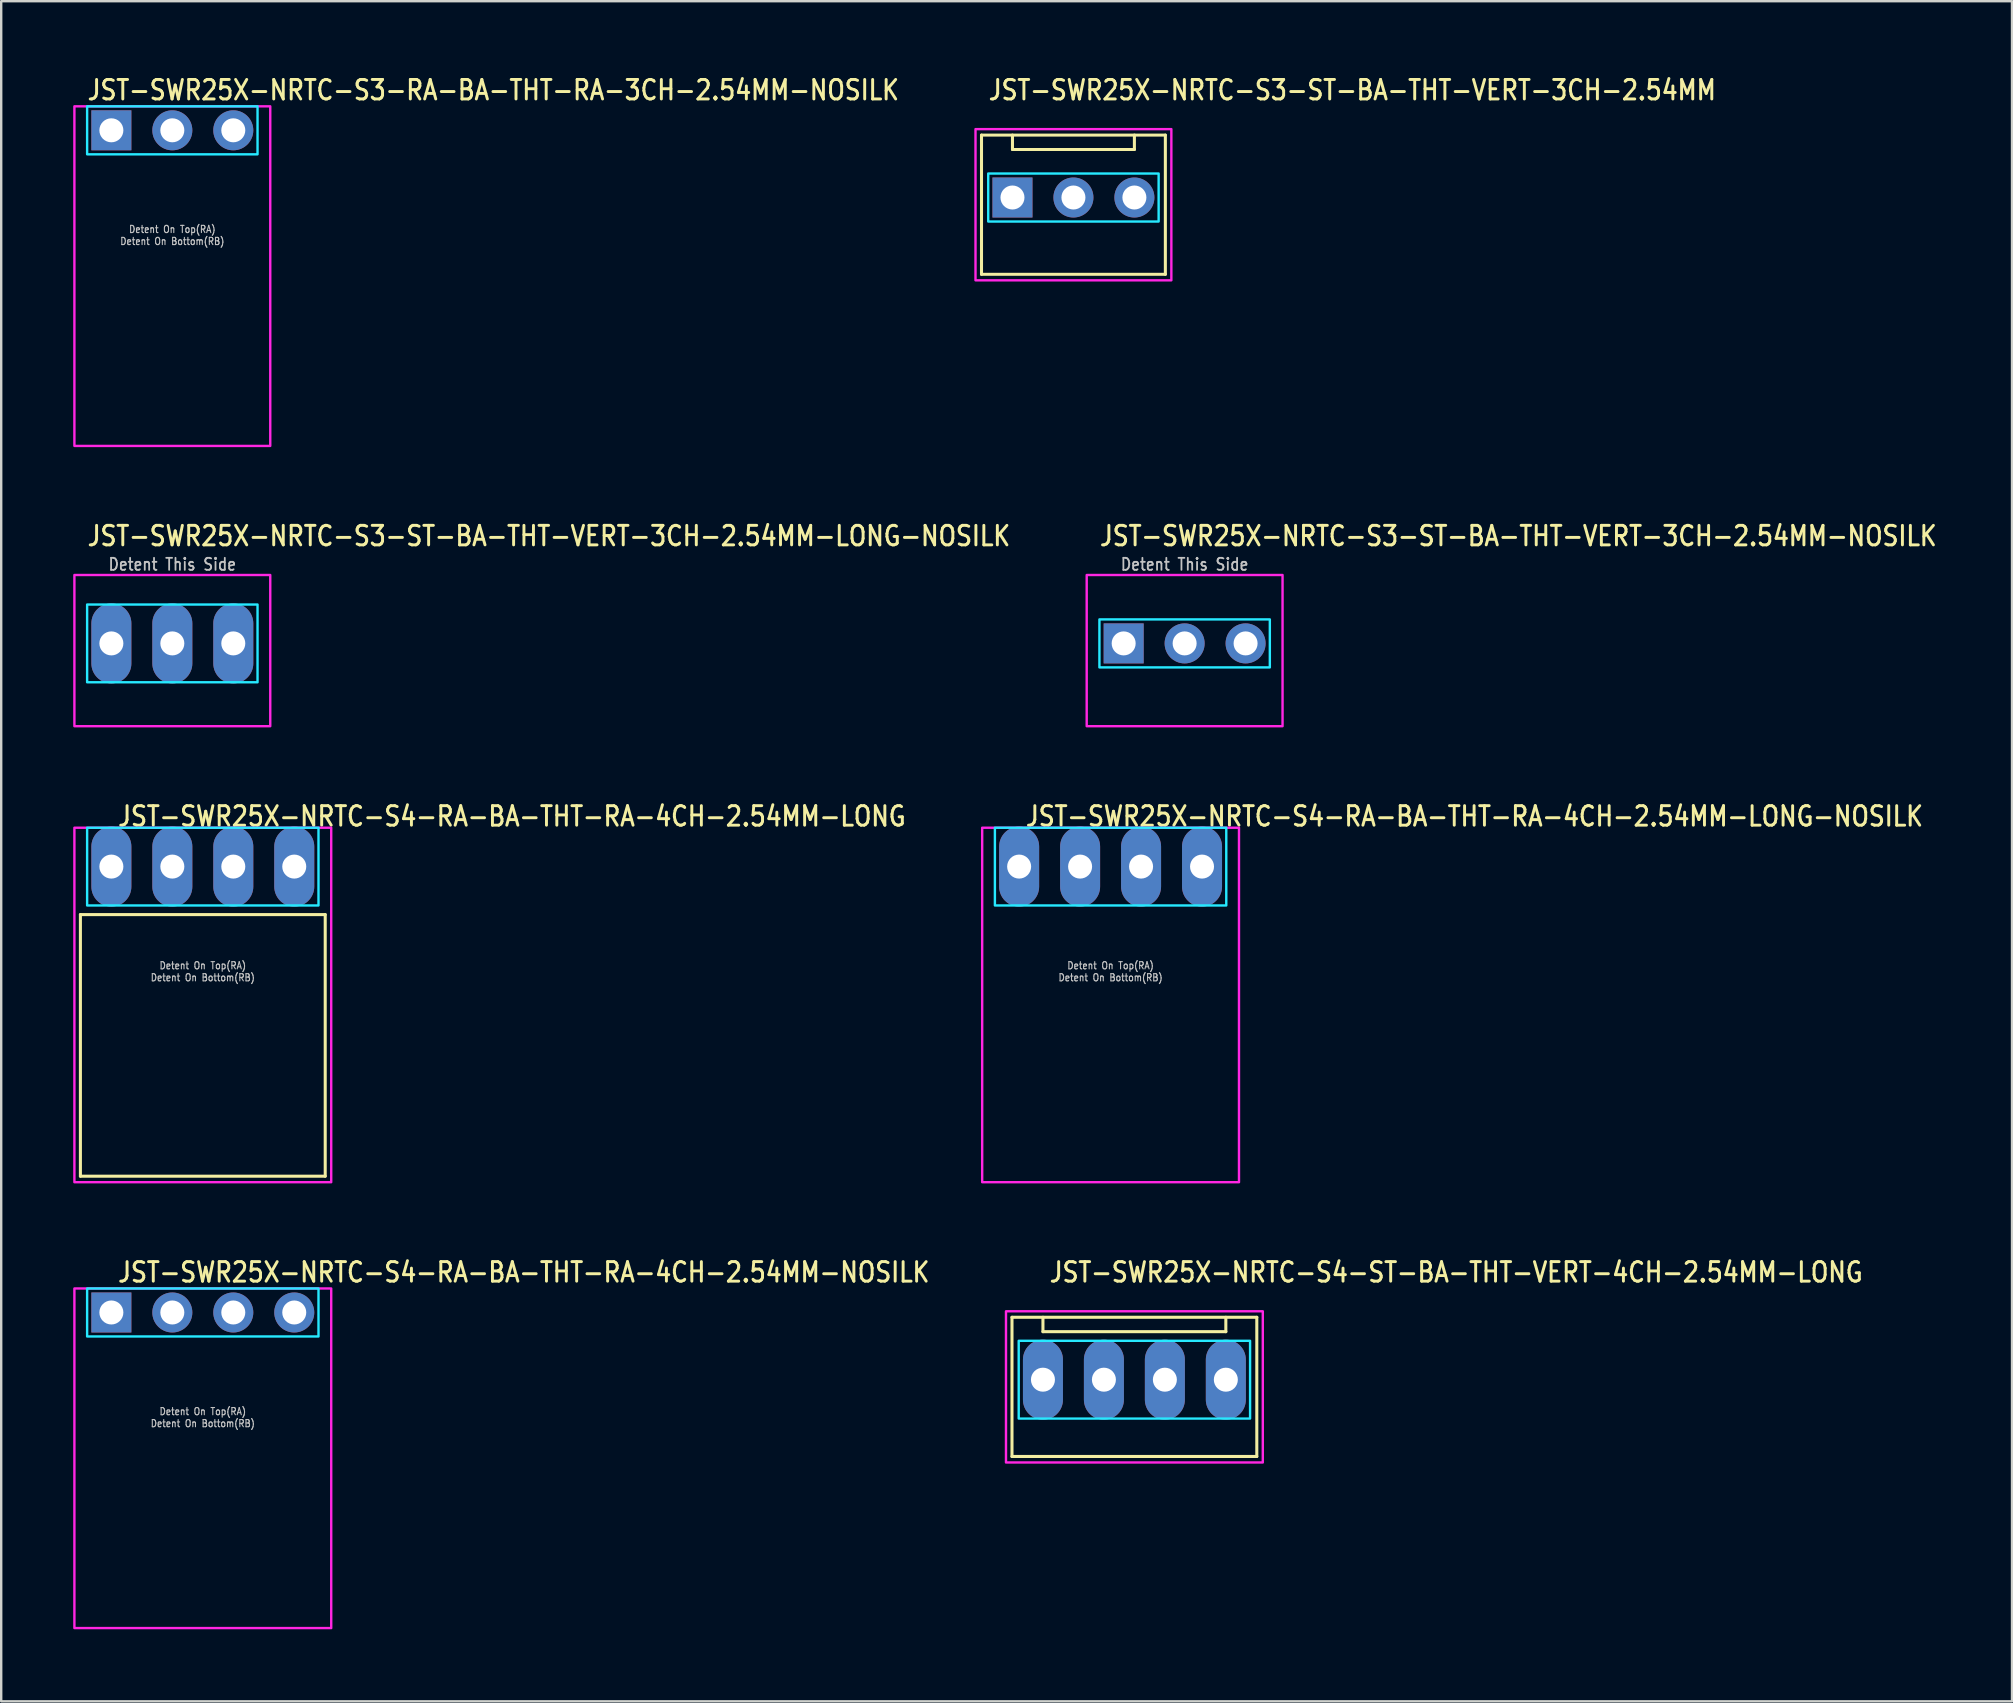
<source format=kicad_pcb>
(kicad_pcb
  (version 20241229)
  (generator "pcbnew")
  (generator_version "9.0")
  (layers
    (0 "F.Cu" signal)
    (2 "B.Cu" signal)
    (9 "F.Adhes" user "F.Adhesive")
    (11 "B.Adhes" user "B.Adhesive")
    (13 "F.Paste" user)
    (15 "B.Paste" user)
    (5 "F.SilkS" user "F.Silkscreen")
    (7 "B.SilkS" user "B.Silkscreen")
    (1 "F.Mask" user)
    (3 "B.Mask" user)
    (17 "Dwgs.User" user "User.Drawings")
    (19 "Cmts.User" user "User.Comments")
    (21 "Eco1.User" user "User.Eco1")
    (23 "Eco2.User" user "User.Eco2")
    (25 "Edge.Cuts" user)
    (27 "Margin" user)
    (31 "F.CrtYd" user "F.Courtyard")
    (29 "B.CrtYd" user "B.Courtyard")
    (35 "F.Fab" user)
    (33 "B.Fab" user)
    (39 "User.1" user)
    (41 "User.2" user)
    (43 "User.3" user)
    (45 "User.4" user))
  (footprint "JST-SWR25X-NRTC-S4-ST-BA-THT-VERT-4CH-2.54MM-LONG"
    (layer "F.Cu")
    (at 44.214 54.434)
    (property "Reference" "JST-SWR25X-NRTC-S4-ST-BA-THT-VERT-4CH-2.54MM-LONG" (at -3.6 -4 0) (unlocked yes) (layer "F.SilkS") (effects (font (size 0.813 0.695) (thickness 0.122)) (justify left bottom)))
    (fp_line (start -5.1 -2.6) (end 5.1 -2.6) (stroke (width 0.127) (type solid)) (layer "F.SilkS"))
    (fp_line (start -5.1 3.2) (end -5.1 -2.6) (stroke (width 0.127) (type solid)) (layer "F.SilkS"))
    (fp_line (start -5.1 3.2) (end 5.1 3.2) (stroke (width 0.127) (type solid)) (layer "F.SilkS"))
    (fp_line (start -3.81 -2.6) (end -3.81 -2) (stroke (width 0.127) (type solid)) (layer "F.SilkS"))
    (fp_line (start -3.81 -2) (end 3.81 -2) (stroke (width 0.127) (type solid)) (layer "F.SilkS"))
    (fp_line (start 3.81 -2.6) (end 3.81 -2) (stroke (width 0.127) (type solid)) (layer "F.SilkS"))
    (fp_line (start 5.1 -2.6) (end 5.1 3.2) (stroke (width 0.127) (type solid)) (layer "F.SilkS"))
    (fp_poly (pts (xy -4.82 -1.62) (xy -4.82 1.62) (xy 4.82 1.62) (xy 4.82 -1.62)) (stroke (width 0.1) (type solid)) (fill no) (layer "B.CrtYd"))
    (fp_poly (pts (xy -5.35 -2.85) (xy -5.35 3.45) (xy 5.35 3.45) (xy 5.35 -2.85)) (stroke (width 0.1) (type solid)) (fill no) (layer "F.CrtYd"))
    (pad "P$1" thru_hole oval (at -3.81 0 90) (size 3.333 1.667) (drill 1) (layers "*.Cu" "*.Mask"))
    (pad "P$2" thru_hole oval (at -1.27 0 90) (size 3.333 1.667) (drill 1) (layers "*.Cu" "*.Mask"))
    (pad "P$3" thru_hole oval (at 1.27 0 90) (size 3.333 1.667) (drill 1) (layers "*.Cu" "*.Mask"))
    (pad "P$4" thru_hole oval (at 3.81 0 90) (size 3.333 1.667) (drill 1) (layers "*.Cu" "*.Mask")))
  (footprint "JST-SWR25X-NRTC-S4-RA-BA-THT-RA-4CH-2.54MM-NOSILK"
    (layer "F.Cu")
    (at 5.4 51.634)
    (property "Reference" "JST-SWR25X-NRTC-S4-RA-BA-THT-RA-4CH-2.54MM-NOSILK" (at -3.6 -1.2 0) (unlocked yes) (layer "F.SilkS") (effects (font (size 0.813 0.695) (thickness 0.122)) (justify left bottom)))
    (fp_poly (pts (xy -4.82 -1) (xy -4.82 1) (xy 4.82 1) (xy 4.82 -1)) (stroke (width 0.1) (type solid)) (fill no) (layer "B.CrtYd"))
    (fp_poly (pts (xy -5.35 -1) (xy -5.35 13.15) (xy 5.35 13.15) (xy 5.35 -1)) (stroke (width 0.1) (type solid)) (fill no) (layer "F.CrtYd"))
    (fp_text user "Detent On Top(RA)" (at 0 4.3 0) (unlocked yes) (layer "Dwgs.User") (effects (font (size 0.3 0.257) (thickness 0.045)) (justify bottom)))
    (fp_text user "Detent On Bottom(RB)" (at 0 4.8 0) (unlocked yes) (layer "Dwgs.User") (effects (font (size 0.3 0.257) (thickness 0.045)) (justify bottom)))
    (pad "P$1" thru_hole rect (at -3.81 0) (size 1.667 1.667) (drill 1) (layers "*.Cu" "*.Mask"))
    (pad "P$2" thru_hole oval (at -1.27 0) (size 1.667 1.667) (drill 1) (layers "*.Cu" "*.Mask"))
    (pad "P$3" thru_hole oval (at 1.27 0) (size 1.667 1.667) (drill 1) (layers "*.Cu" "*.Mask"))
    (pad "P$4" thru_hole oval (at 3.81 0) (size 1.667 1.667) (drill 1) (layers "*.Cu" "*.Mask")))
  (footprint "JST-SWR25X-NRTC-S3-RA-BA-THT-RA-3CH-2.54MM-NOSILK"
    (layer "F.Cu")
    (at 4.13 2.379)
    (property "Reference" "JST-SWR25X-NRTC-S3-RA-BA-THT-RA-3CH-2.54MM-NOSILK" (at -3.6 -1.2 0) (unlocked yes) (layer "F.SilkS") (effects (font (size 0.813 0.695) (thickness 0.122)) (justify left bottom)))
    (fp_poly (pts (xy -3.55 -1) (xy -3.55 1) (xy 3.55 1) (xy 3.55 -1)) (stroke (width 0.1) (type solid)) (fill no) (layer "B.CrtYd"))
    (fp_poly (pts (xy -4.08 -1) (xy -4.08 13.15) (xy 4.08 13.15) (xy 4.08 -1)) (stroke (width 0.1) (type solid)) (fill no) (layer "F.CrtYd"))
    (fp_text user "Detent On Top(RA)" (at 0 4.3 0) (unlocked yes) (layer "Dwgs.User") (effects (font (size 0.3 0.257) (thickness 0.045)) (justify bottom)))
    (fp_text user "Detent On Bottom(RB)" (at 0 4.8 0) (unlocked yes) (layer "Dwgs.User") (effects (font (size 0.3 0.257) (thickness 0.045)) (justify bottom)))
    (pad "P$1" thru_hole rect (at -2.54 0) (size 1.667 1.667) (drill 1) (layers "*.Cu" "*.Mask"))
    (pad "P$2" thru_hole oval (at 0 0) (size 1.667 1.667) (drill 1) (layers "*.Cu" "*.Mask"))
    (pad "P$3" thru_hole oval (at 2.54 0) (size 1.667 1.667) (drill 1) (layers "*.Cu" "*.Mask")))
  (footprint "JST-SWR25X-NRTC-S3-ST-BA-THT-VERT-3CH-2.54MM-LONG-NOSILK"
    (layer "F.Cu")
    (at 4.13 23.757)
    (property "Reference" "JST-SWR25X-NRTC-S3-ST-BA-THT-VERT-3CH-2.54MM-LONG-NOSILK" (at -3.6 -4 0) (unlocked yes) (layer "F.SilkS") (effects (font (size 0.813 0.695) (thickness 0.122)) (justify left bottom)))
    (fp_poly (pts (xy -3.55 -1.62) (xy -3.55 1.62) (xy 3.55 1.62) (xy 3.55 -1.62)) (stroke (width 0.1) (type solid)) (fill no) (layer "B.CrtYd"))
    (fp_poly (pts (xy -4.08 -2.85) (xy -4.08 3.45) (xy 4.08 3.45) (xy 4.08 -2.85)) (stroke (width 0.1) (type solid)) (fill no) (layer "F.CrtYd"))
    (fp_text user "Detent This Side" (at 0 -3 0) (unlocked yes) (layer "Dwgs.User") (effects (font (size 0.5 0.427) (thickness 0.075)) (justify bottom)))
    (pad "P$1" thru_hole oval (at -2.54 0 90) (size 3.333 1.667) (drill 1) (layers "*.Cu" "*.Mask"))
    (pad "P$2" thru_hole oval (at 0 0 90) (size 3.333 1.667) (drill 1) (layers "*.Cu" "*.Mask"))
    (pad "P$3" thru_hole oval (at 2.54 0 90) (size 3.333 1.667) (drill 1) (layers "*.Cu" "*.Mask")))
  (footprint "JST-SWR25X-NRTC-S4-RA-BA-THT-RA-4CH-2.54MM-LONG-NOSILK"
    (layer "F.Cu")
    (at 43.222 33.056)
    (property "Reference" "JST-SWR25X-NRTC-S4-RA-BA-THT-RA-4CH-2.54MM-LONG-NOSILK" (at -3.6 -1.62 0) (unlocked yes) (layer "F.SilkS") (effects (font (size 0.813 0.695) (thickness 0.122)) (justify left bottom)))
    (fp_poly (pts (xy -4.82 -1.62) (xy -4.82 1.62) (xy 4.82 1.62) (xy 4.82 -1.62)) (stroke (width 0.1) (type solid)) (fill no) (layer "B.CrtYd"))
    (fp_poly (pts (xy -5.35 -1.62) (xy -5.35 13.15) (xy 5.35 13.15) (xy 5.35 -1.62)) (stroke (width 0.1) (type solid)) (fill no) (layer "F.CrtYd"))
    (fp_text user "Detent On Top(RA)" (at 0 4.3 0) (unlocked yes) (layer "Dwgs.User") (effects (font (size 0.3 0.257) (thickness 0.045)) (justify bottom)))
    (fp_text user "Detent On Bottom(RB)" (at 0 4.8 0) (unlocked yes) (layer "Dwgs.User") (effects (font (size 0.3 0.257) (thickness 0.045)) (justify bottom)))
    (pad "P$1" thru_hole oval (at -3.81 0 90) (size 3.333 1.667) (drill 1) (layers "*.Cu" "*.Mask"))
    (pad "P$2" thru_hole oval (at -1.27 0 90) (size 3.333 1.667) (drill 1) (layers "*.Cu" "*.Mask"))
    (pad "P$3" thru_hole oval (at 1.27 0 90) (size 3.333 1.667) (drill 1) (layers "*.Cu" "*.Mask"))
    (pad "P$4" thru_hole oval (at 3.81 0 90) (size 3.333 1.667) (drill 1) (layers "*.Cu" "*.Mask")))
  (footprint "JST-SWR25X-NRTC-S4-RA-BA-THT-RA-4CH-2.54MM-LONG"
    (layer "F.Cu")
    (at 5.4 33.056)
    (property "Reference" "JST-SWR25X-NRTC-S4-RA-BA-THT-RA-4CH-2.54MM-LONG" (at -3.6 -1.62 0) (unlocked yes) (layer "F.SilkS") (effects (font (size 0.813 0.695) (thickness 0.122)) (justify left bottom)))
    (fp_line (start -5.1 2) (end 5.1 2) (stroke (width 0.127) (type solid)) (layer "F.SilkS"))
    (fp_line (start -5.1 12.9) (end -5.1 2) (stroke (width 0.127) (type solid)) (layer "F.SilkS"))
    (fp_line (start -5.1 12.9) (end 5.1 12.9) (stroke (width 0.127) (type solid)) (layer "F.SilkS"))
    (fp_line (start 5.1 2) (end 5.1 12.9) (stroke (width 0.127) (type solid)) (layer "F.SilkS"))
    (fp_poly (pts (xy -4.82 -1.62) (xy -4.82 1.62) (xy 4.82 1.62) (xy 4.82 -1.62)) (stroke (width 0.1) (type solid)) (fill no) (layer "B.CrtYd"))
    (fp_poly (pts (xy -5.35 -1.62) (xy -5.35 13.15) (xy 5.35 13.15) (xy 5.35 -1.62)) (stroke (width 0.1) (type solid)) (fill no) (layer "F.CrtYd"))
    (fp_text user "Detent On Bottom(RB)" (at 0 4.8 0) (unlocked yes) (layer "Dwgs.User") (effects (font (size 0.3 0.257) (thickness 0.045)) (justify bottom)))
    (fp_text user "Detent On Top(RA)" (at 0 4.3 0) (unlocked yes) (layer "Dwgs.User") (effects (font (size 0.3 0.257) (thickness 0.045)) (justify bottom)))
    (pad "P$1" thru_hole oval (at -3.81 0 90) (size 3.333 1.667) (drill 1) (layers "*.Cu" "*.Mask"))
    (pad "P$2" thru_hole oval (at -1.27 0 90) (size 3.333 1.667) (drill 1) (layers "*.Cu" "*.Mask"))
    (pad "P$3" thru_hole oval (at 1.27 0 90) (size 3.333 1.667) (drill 1) (layers "*.Cu" "*.Mask"))
    (pad "P$4" thru_hole oval (at 3.81 0 90) (size 3.333 1.667) (drill 1) (layers "*.Cu" "*.Mask")))
  (footprint "JST-SWR25X-NRTC-S3-ST-BA-THT-VERT-3CH-2.54MM-NOSILK"
    (layer "F.Cu")
    (at 46.307 23.757)
    (property "Reference" "JST-SWR25X-NRTC-S3-ST-BA-THT-VERT-3CH-2.54MM-NOSILK" (at -3.6 -4 0) (unlocked yes) (layer "F.SilkS") (effects (font (size 0.813 0.695) (thickness 0.122)) (justify left bottom)))
    (fp_poly (pts (xy -3.55 -1) (xy -3.55 1) (xy 3.55 1) (xy 3.55 -1)) (stroke (width 0.1) (type solid)) (fill no) (layer "B.CrtYd"))
    (fp_poly (pts (xy -4.08 -2.85) (xy -4.08 3.45) (xy 4.08 3.45) (xy 4.08 -2.85)) (stroke (width 0.1) (type solid)) (fill no) (layer "F.CrtYd"))
    (fp_text user "Detent This Side" (at 0 -3 0) (unlocked yes) (layer "Dwgs.User") (effects (font (size 0.5 0.427) (thickness 0.075)) (justify bottom)))
    (pad "P$1" thru_hole rect (at -2.54 0) (size 1.667 1.667) (drill 1) (layers "*.Cu" "*.Mask"))
    (pad "P$2" thru_hole oval (at 0 0) (size 1.667 1.667) (drill 1) (layers "*.Cu" "*.Mask"))
    (pad "P$3" thru_hole oval (at 2.54 0) (size 1.667 1.667) (drill 1) (layers "*.Cu" "*.Mask")))
  (footprint "JST-SWR25X-NRTC-S3-ST-BA-THT-VERT-3CH-2.54MM"
    (layer "F.Cu")
    (at 41.674 5.179)
    (property "Reference" "JST-SWR25X-NRTC-S3-ST-BA-THT-VERT-3CH-2.54MM" (at -3.6 -4 0) (unlocked yes) (layer "F.SilkS") (effects (font (size 0.813 0.695) (thickness 0.122)) (justify left bottom)))
    (fp_line (start -3.83 -2.6) (end 3.83 -2.6) (stroke (width 0.127) (type solid)) (layer "F.SilkS"))
    (fp_line (start -3.83 3.2) (end -3.83 -2.6) (stroke (width 0.127) (type solid)) (layer "F.SilkS"))
    (fp_line (start -3.83 3.2) (end 3.83 3.2) (stroke (width 0.127) (type solid)) (layer "F.SilkS"))
    (fp_line (start -2.54 -2.6) (end -2.54 -2) (stroke (width 0.127) (type solid)) (layer "F.SilkS"))
    (fp_line (start -2.54 -2) (end 2.54 -2) (stroke (width 0.127) (type solid)) (layer "F.SilkS"))
    (fp_line (start 2.54 -2.6) (end 2.54 -2) (stroke (width 0.127) (type solid)) (layer "F.SilkS"))
    (fp_line (start 3.83 -2.6) (end 3.83 3.2) (stroke (width 0.127) (type solid)) (layer "F.SilkS"))
    (fp_poly (pts (xy -3.55 -1) (xy -3.55 1) (xy 3.55 1) (xy 3.55 -1)) (stroke (width 0.1) (type solid)) (fill no) (layer "B.CrtYd"))
    (fp_poly (pts (xy -4.08 -2.85) (xy -4.08 3.45) (xy 4.08 3.45) (xy 4.08 -2.85)) (stroke (width 0.1) (type solid)) (fill no) (layer "F.CrtYd"))
    (pad "P$1" thru_hole rect (at -2.54 0) (size 1.667 1.667) (drill 1) (layers "*.Cu" "*.Mask"))
    (pad "P$2" thru_hole oval (at 0 0) (size 1.667 1.667) (drill 1) (layers "*.Cu" "*.Mask"))
    (pad "P$3" thru_hole oval (at 2.54 0) (size 1.667 1.667) (drill 1) (layers "*.Cu" "*.Mask")))
  (gr_rect
    (start -3 -3)
    (end 80.78 67.834)
    (stroke (width 0.1) (type default))
    (fill no)
    (layer "Edge.Cuts")))
</source>
